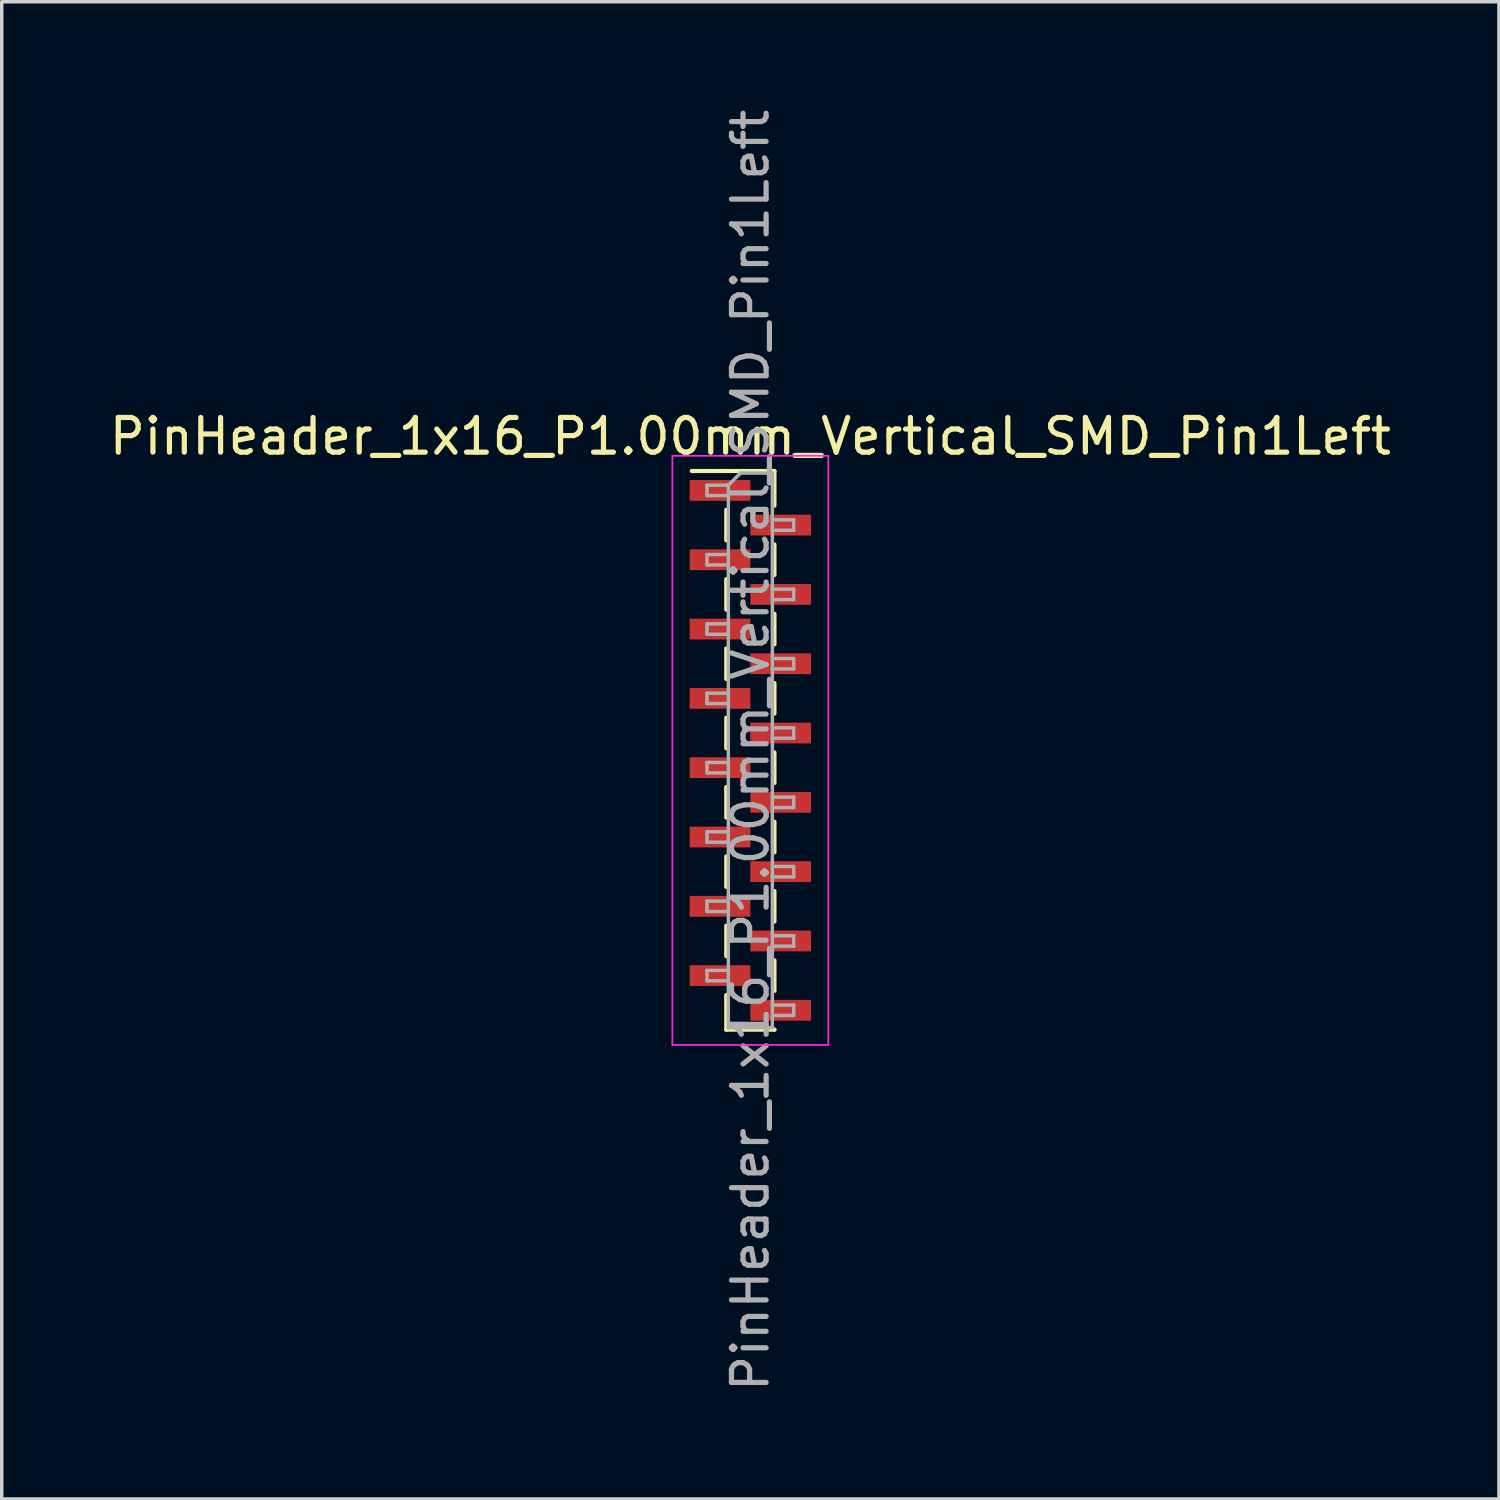
<source format=kicad_pcb>
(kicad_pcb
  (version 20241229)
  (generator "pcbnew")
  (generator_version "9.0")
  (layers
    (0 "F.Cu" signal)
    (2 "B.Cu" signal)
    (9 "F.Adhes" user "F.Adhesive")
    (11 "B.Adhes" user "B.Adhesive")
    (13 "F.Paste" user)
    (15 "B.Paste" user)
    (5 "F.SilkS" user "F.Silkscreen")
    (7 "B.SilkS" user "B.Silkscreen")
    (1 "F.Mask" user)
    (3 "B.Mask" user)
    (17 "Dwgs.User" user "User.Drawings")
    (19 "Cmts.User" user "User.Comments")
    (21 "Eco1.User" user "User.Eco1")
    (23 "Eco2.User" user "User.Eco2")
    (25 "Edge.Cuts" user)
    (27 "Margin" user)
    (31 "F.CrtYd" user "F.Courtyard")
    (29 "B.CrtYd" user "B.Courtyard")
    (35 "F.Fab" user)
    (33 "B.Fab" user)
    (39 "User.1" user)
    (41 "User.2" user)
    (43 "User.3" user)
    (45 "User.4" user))
  (footprint "PinHeader_1x16_P1.00mm_Vertical_SMD_Pin1Left"
    (layer "F.Cu")
    (at 18.601 18.601)
    (property "Reference" "PinHeader_1x16_P1.00mm_Vertical_SMD_Pin1Left" (at 0 -9.06 0) (layer "F.SilkS") (effects (font (size 1 1) (thickness 0.15))))
    (attr smd)
    (fp_line (start -0.695 -8.06) (end -1.69 -8.06) (stroke (width 0.12) (type solid)) (layer "F.SilkS"))
    (fp_line (start -0.695 -8.06) (end -0.695 -8.06) (stroke (width 0.12) (type solid)) (layer "F.SilkS"))
    (fp_line (start -0.695 -8.06) (end 0.695 -8.06) (stroke (width 0.12) (type solid)) (layer "F.SilkS"))
    (fp_line (start -0.695 -6.94) (end -0.695 -6.06) (stroke (width 0.12) (type solid)) (layer "F.SilkS"))
    (fp_line (start -0.695 -4.94) (end -0.695 -4.06) (stroke (width 0.12) (type solid)) (layer "F.SilkS"))
    (fp_line (start -0.695 -2.94) (end -0.695 -2.06) (stroke (width 0.12) (type solid)) (layer "F.SilkS"))
    (fp_line (start -0.695 -0.94) (end -0.695 -0.06) (stroke (width 0.12) (type solid)) (layer "F.SilkS"))
    (fp_line (start -0.695 1.06) (end -0.695 1.94) (stroke (width 0.12) (type solid)) (layer "F.SilkS"))
    (fp_line (start -0.695 3.06) (end -0.695 3.94) (stroke (width 0.12) (type solid)) (layer "F.SilkS"))
    (fp_line (start -0.695 5.06) (end -0.695 5.94) (stroke (width 0.12) (type solid)) (layer "F.SilkS"))
    (fp_line (start -0.695 7.06) (end -0.695 8.06) (stroke (width 0.12) (type solid)) (layer "F.SilkS"))
    (fp_line (start -0.695 8.06) (end 0.695 8.06) (stroke (width 0.12) (type solid)) (layer "F.SilkS"))
    (fp_line (start 0.695 -8.06) (end 0.695 -7.06) (stroke (width 0.12) (type solid)) (layer "F.SilkS"))
    (fp_line (start 0.695 -5.94) (end 0.695 -5.06) (stroke (width 0.12) (type solid)) (layer "F.SilkS"))
    (fp_line (start 0.695 -3.94) (end 0.695 -3.06) (stroke (width 0.12) (type solid)) (layer "F.SilkS"))
    (fp_line (start 0.695 -1.94) (end 0.695 -1.06) (stroke (width 0.12) (type solid)) (layer "F.SilkS"))
    (fp_line (start 0.695 0.06) (end 0.695 0.94) (stroke (width 0.12) (type solid)) (layer "F.SilkS"))
    (fp_line (start 0.695 2.06) (end 0.695 2.94) (stroke (width 0.12) (type solid)) (layer "F.SilkS"))
    (fp_line (start 0.695 4.06) (end 0.695 4.94) (stroke (width 0.12) (type solid)) (layer "F.SilkS"))
    (fp_line (start 0.695 6.06) (end 0.695 6.94) (stroke (width 0.12) (type solid)) (layer "F.SilkS"))
    (fp_line (start 0.695 8.06) (end 0.695 8.06) (stroke (width 0.12) (type solid)) (layer "F.SilkS"))
    (fp_line (start -2.25 -8.5) (end -2.25 8.5) (stroke (width 0.05) (type solid)) (layer "F.CrtYd"))
    (fp_line (start -2.25 8.5) (end 2.25 8.5) (stroke (width 0.05) (type solid)) (layer "F.CrtYd"))
    (fp_line (start 2.25 -8.5) (end -2.25 -8.5) (stroke (width 0.05) (type solid)) (layer "F.CrtYd"))
    (fp_line (start 2.25 8.5) (end 2.25 -8.5) (stroke (width 0.05) (type solid)) (layer "F.CrtYd"))
    (fp_line (start -1.25 -7.65) (end -1.25 -7.35) (stroke (width 0.1) (type solid)) (layer "F.Fab"))
    (fp_line (start -1.25 -7.35) (end -0.635 -7.35) (stroke (width 0.1) (type solid)) (layer "F.Fab"))
    (fp_line (start -1.25 -5.65) (end -1.25 -5.35) (stroke (width 0.1) (type solid)) (layer "F.Fab"))
    (fp_line (start -1.25 -5.35) (end -0.635 -5.35) (stroke (width 0.1) (type solid)) (layer "F.Fab"))
    (fp_line (start -1.25 -3.65) (end -1.25 -3.35) (stroke (width 0.1) (type solid)) (layer "F.Fab"))
    (fp_line (start -1.25 -3.35) (end -0.635 -3.35) (stroke (width 0.1) (type solid)) (layer "F.Fab"))
    (fp_line (start -1.25 -1.65) (end -1.25 -1.35) (stroke (width 0.1) (type solid)) (layer "F.Fab"))
    (fp_line (start -1.25 -1.35) (end -0.635 -1.35) (stroke (width 0.1) (type solid)) (layer "F.Fab"))
    (fp_line (start -1.25 0.35) (end -1.25 0.65) (stroke (width 0.1) (type solid)) (layer "F.Fab"))
    (fp_line (start -1.25 0.65) (end -0.635 0.65) (stroke (width 0.1) (type solid)) (layer "F.Fab"))
    (fp_line (start -1.25 2.35) (end -1.25 2.65) (stroke (width 0.1) (type solid)) (layer "F.Fab"))
    (fp_line (start -1.25 2.65) (end -0.635 2.65) (stroke (width 0.1) (type solid)) (layer "F.Fab"))
    (fp_line (start -1.25 4.35) (end -1.25 4.65) (stroke (width 0.1) (type solid)) (layer "F.Fab"))
    (fp_line (start -1.25 4.65) (end -0.635 4.65) (stroke (width 0.1) (type solid)) (layer "F.Fab"))
    (fp_line (start -1.25 6.35) (end -1.25 6.65) (stroke (width 0.1) (type solid)) (layer "F.Fab"))
    (fp_line (start -1.25 6.65) (end -0.635 6.65) (stroke (width 0.1) (type solid)) (layer "F.Fab"))
    (fp_line (start -0.635 -7.65) (end -1.25 -7.65) (stroke (width 0.1) (type solid)) (layer "F.Fab"))
    (fp_line (start -0.635 -7.65) (end -0.285 -8) (stroke (width 0.1) (type solid)) (layer "F.Fab"))
    (fp_line (start -0.635 -5.65) (end -1.25 -5.65) (stroke (width 0.1) (type solid)) (layer "F.Fab"))
    (fp_line (start -0.635 -3.65) (end -1.25 -3.65) (stroke (width 0.1) (type solid)) (layer "F.Fab"))
    (fp_line (start -0.635 -1.65) (end -1.25 -1.65) (stroke (width 0.1) (type solid)) (layer "F.Fab"))
    (fp_line (start -0.635 0.35) (end -1.25 0.35) (stroke (width 0.1) (type solid)) (layer "F.Fab"))
    (fp_line (start -0.635 2.35) (end -1.25 2.35) (stroke (width 0.1) (type solid)) (layer "F.Fab"))
    (fp_line (start -0.635 4.35) (end -1.25 4.35) (stroke (width 0.1) (type solid)) (layer "F.Fab"))
    (fp_line (start -0.635 6.35) (end -1.25 6.35) (stroke (width 0.1) (type solid)) (layer "F.Fab"))
    (fp_line (start -0.635 8) (end -0.635 -7.65) (stroke (width 0.1) (type solid)) (layer "F.Fab"))
    (fp_line (start -0.285 -8) (end 0.635 -8) (stroke (width 0.1) (type solid)) (layer "F.Fab"))
    (fp_line (start 0.635 -8) (end 0.635 8) (stroke (width 0.1) (type solid)) (layer "F.Fab"))
    (fp_line (start 0.635 -6.65) (end 1.25 -6.65) (stroke (width 0.1) (type solid)) (layer "F.Fab"))
    (fp_line (start 0.635 -4.65) (end 1.25 -4.65) (stroke (width 0.1) (type solid)) (layer "F.Fab"))
    (fp_line (start 0.635 -2.65) (end 1.25 -2.65) (stroke (width 0.1) (type solid)) (layer "F.Fab"))
    (fp_line (start 0.635 -0.65) (end 1.25 -0.65) (stroke (width 0.1) (type solid)) (layer "F.Fab"))
    (fp_line (start 0.635 1.35) (end 1.25 1.35) (stroke (width 0.1) (type solid)) (layer "F.Fab"))
    (fp_line (start 0.635 3.35) (end 1.25 3.35) (stroke (width 0.1) (type solid)) (layer "F.Fab"))
    (fp_line (start 0.635 5.35) (end 1.25 5.35) (stroke (width 0.1) (type solid)) (layer "F.Fab"))
    (fp_line (start 0.635 7.35) (end 1.25 7.35) (stroke (width 0.1) (type solid)) (layer "F.Fab"))
    (fp_line (start 0.635 8) (end -0.635 8) (stroke (width 0.1) (type solid)) (layer "F.Fab"))
    (fp_line (start 1.25 -6.65) (end 1.25 -6.35) (stroke (width 0.1) (type solid)) (layer "F.Fab"))
    (fp_line (start 1.25 -6.35) (end 0.635 -6.35) (stroke (width 0.1) (type solid)) (layer "F.Fab"))
    (fp_line (start 1.25 -4.65) (end 1.25 -4.35) (stroke (width 0.1) (type solid)) (layer "F.Fab"))
    (fp_line (start 1.25 -4.35) (end 0.635 -4.35) (stroke (width 0.1) (type solid)) (layer "F.Fab"))
    (fp_line (start 1.25 -2.65) (end 1.25 -2.35) (stroke (width 0.1) (type solid)) (layer "F.Fab"))
    (fp_line (start 1.25 -2.35) (end 0.635 -2.35) (stroke (width 0.1) (type solid)) (layer "F.Fab"))
    (fp_line (start 1.25 -0.65) (end 1.25 -0.35) (stroke (width 0.1) (type solid)) (layer "F.Fab"))
    (fp_line (start 1.25 -0.35) (end 0.635 -0.35) (stroke (width 0.1) (type solid)) (layer "F.Fab"))
    (fp_line (start 1.25 1.35) (end 1.25 1.65) (stroke (width 0.1) (type solid)) (layer "F.Fab"))
    (fp_line (start 1.25 1.65) (end 0.635 1.65) (stroke (width 0.1) (type solid)) (layer "F.Fab"))
    (fp_line (start 1.25 3.35) (end 1.25 3.65) (stroke (width 0.1) (type solid)) (layer "F.Fab"))
    (fp_line (start 1.25 3.65) (end 0.635 3.65) (stroke (width 0.1) (type solid)) (layer "F.Fab"))
    (fp_line (start 1.25 5.35) (end 1.25 5.65) (stroke (width 0.1) (type solid)) (layer "F.Fab"))
    (fp_line (start 1.25 5.65) (end 0.635 5.65) (stroke (width 0.1) (type solid)) (layer "F.Fab"))
    (fp_line (start 1.25 7.35) (end 1.25 7.65) (stroke (width 0.1) (type solid)) (layer "F.Fab"))
    (fp_line (start 1.25 7.65) (end 0.635 7.65) (stroke (width 0.1) (type solid)) (layer "F.Fab"))
    (fp_text user "${REFERENCE}" (at 0 0 90) (layer "F.Fab") (effects (font (size 1 1) (thickness 0.15))))
    (pad "1" smd rect (at -0.875 -7.5) (size 1.75 0.6) (layers "F.Cu" "F.Mask" "F.Paste"))
    (pad "2" smd rect (at 0.875 -6.5) (size 1.75 0.6) (layers "F.Cu" "F.Mask" "F.Paste"))
    (pad "3" smd rect (at -0.875 -5.5) (size 1.75 0.6) (layers "F.Cu" "F.Mask" "F.Paste"))
    (pad "4" smd rect (at 0.875 -4.5) (size 1.75 0.6) (layers "F.Cu" "F.Mask" "F.Paste"))
    (pad "5" smd rect (at -0.875 -3.5) (size 1.75 0.6) (layers "F.Cu" "F.Mask" "F.Paste"))
    (pad "6" smd rect (at 0.875 -2.5) (size 1.75 0.6) (layers "F.Cu" "F.Mask" "F.Paste"))
    (pad "7" smd rect (at -0.875 -1.5) (size 1.75 0.6) (layers "F.Cu" "F.Mask" "F.Paste"))
    (pad "8" smd rect (at 0.875 -0.5) (size 1.75 0.6) (layers "F.Cu" "F.Mask" "F.Paste"))
    (pad "9" smd rect (at -0.875 0.5) (size 1.75 0.6) (layers "F.Cu" "F.Mask" "F.Paste"))
    (pad "10" smd rect (at 0.875 1.5) (size 1.75 0.6) (layers "F.Cu" "F.Mask" "F.Paste"))
    (pad "11" smd rect (at -0.875 2.5) (size 1.75 0.6) (layers "F.Cu" "F.Mask" "F.Paste"))
    (pad "12" smd rect (at 0.875 3.5) (size 1.75 0.6) (layers "F.Cu" "F.Mask" "F.Paste"))
    (pad "13" smd rect (at -0.875 4.5) (size 1.75 0.6) (layers "F.Cu" "F.Mask" "F.Paste"))
    (pad "14" smd rect (at 0.875 5.5) (size 1.75 0.6) (layers "F.Cu" "F.Mask" "F.Paste"))
    (pad "15" smd rect (at -0.875 6.5) (size 1.75 0.6) (layers "F.Cu" "F.Mask" "F.Paste"))
    (pad "16" smd rect (at 0.875 7.5) (size 1.75 0.6) (layers "F.Cu" "F.Mask" "F.Paste")))
  (gr_rect
    (start -3 -3)
    (end 40.202 40.202)
    (stroke (width 0.1) (type default))
    (fill no)
    (layer "Edge.Cuts")))
</source>
